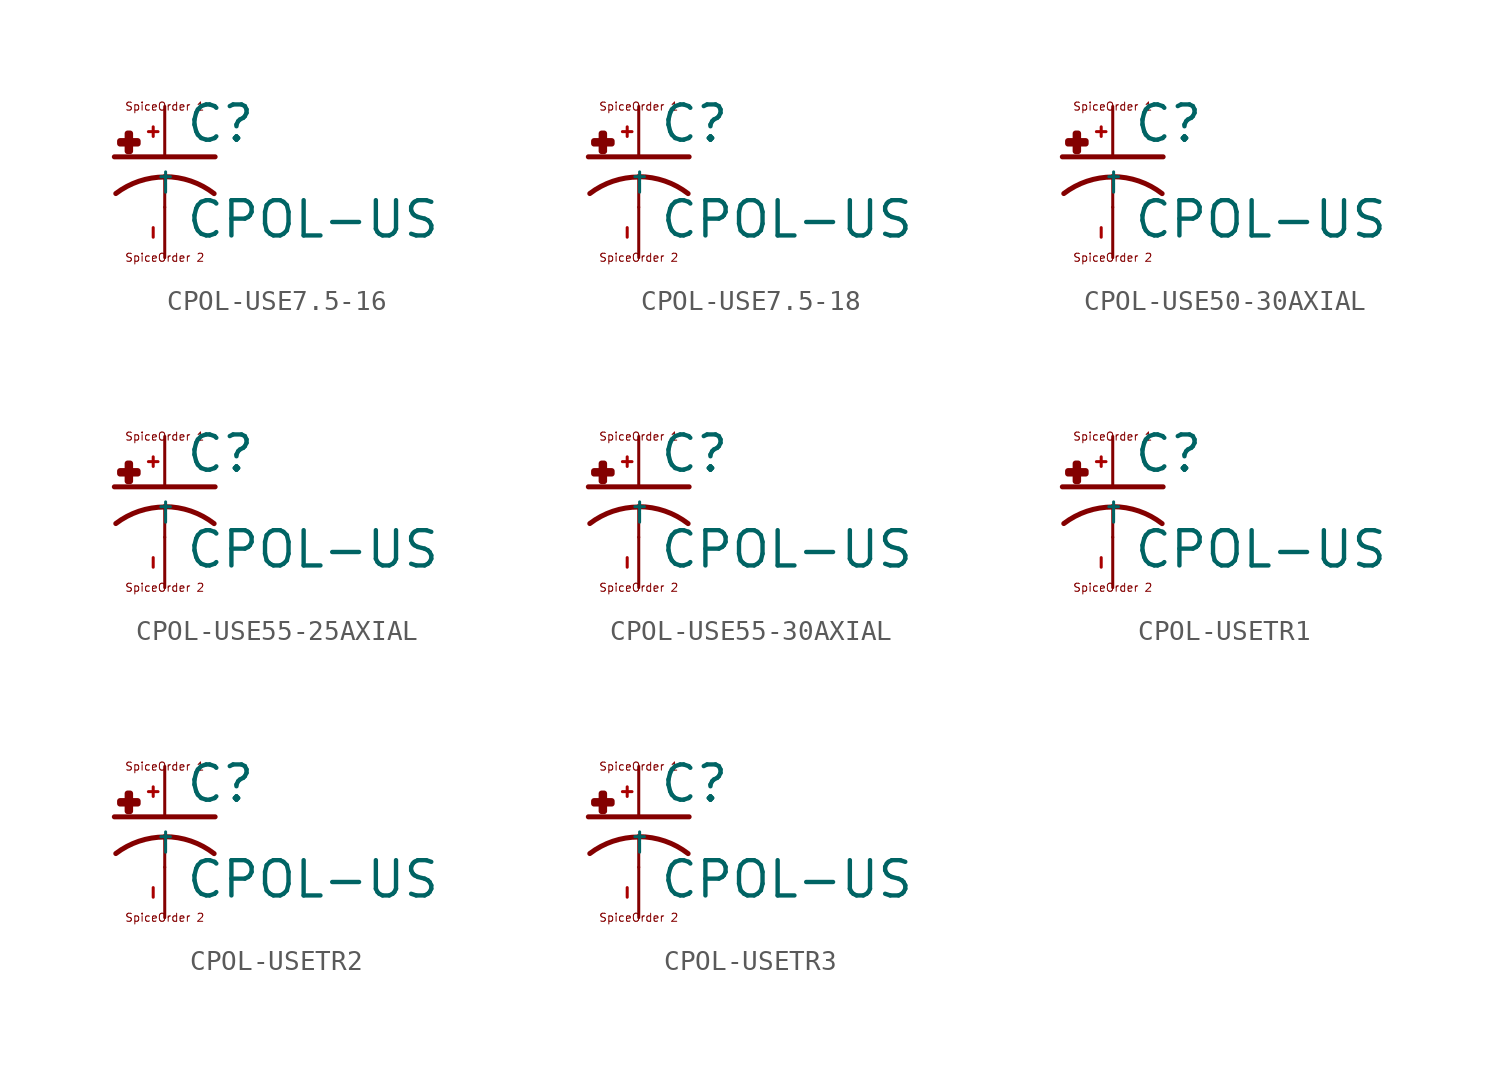
<source format=kicad_sym>
(kicad_symbol_lib
  (version 20220914)
  (generator Eagle2Kicad)
  (symbol "CPOL-USE7.5-16"
    (property "Reference" "C"
      (at 1.016 0.635 0)
      (effects (font (size 1.778 1.778) (thickness 0.22)) (justify left bottom)))
    (property "Value" "CPOL-US"
      (at 1.016 -4.191 0)
      (effects (font (size 1.778 1.778) (thickness 0.22)) (justify left bottom)))
    (polyline
      (pts (xy -2.54 0) (xy 2.54 0))
      (stroke (width 0.254) (type default))
      (fill (type none)))
    (polyline
      (pts (xy 0 -1.016) (xy 0 -2.54))
      (stroke (width 0.152) (type default))
      (fill (type none)))
    (arc
      (start 2.4892 -1.8542)
      (mid 1.316 -1.220)
      (end 0 -1)
      (stroke (width 0.254) (type default))
      (fill (type none)))
    (arc
      (start 0 -1.0161)
      (mid -1.302 -1.230)
      (end -2.4669 -1.8504)
      (stroke (width 0.254) (type default))
      (fill (type none)))
    (text "SpiceOrder 1"
      (at 0 2.54 0)
      (effects (font (size 0.406 0.406) (thickness 0.05))))
    (text "SpiceOrder 2"
      (at 0 -5.08 0)
      (effects (font (size 0.406 0.406) (thickness 0.05))))
    (rectangle
      (start -2.253 0.668)
      (end -1.364 0.795)
      (stroke (width 0.3) (type default))
      (fill (type outline)))
    (rectangle
      (start -1.872 0.287)
      (end -1.745 1.176)
      (stroke (width 0.3) (type default))
      (fill (type outline)))
    (pin passive line
      (at 0 2.54 270)
      (length 2.54)
      (name "+" (effects (font (size 0.635 0.635) (thickness 0.08)) (justify left bottom)))
      (number "+" (effects (font (size 0.635 0.635) (thickness 0.08)) (justify left bottom))))
    (pin passive line
      (at 0 -5.08 90)
      (length 2.54)
      (name "-" (effects (font (size 0.635 0.635) (thickness 0.08)) (justify left bottom)))
      (number "-" (effects (font (size 0.635 0.635) (thickness 0.08)) (justify left bottom)))))
  (symbol "CPOL-USE7.5-18"
    (property "Reference" "C"
      (at 1.016 0.635 0)
      (effects (font (size 1.778 1.778) (thickness 0.22)) (justify left bottom)))
    (property "Value" "CPOL-US"
      (at 1.016 -4.191 0)
      (effects (font (size 1.778 1.778) (thickness 0.22)) (justify left bottom)))
    (polyline
      (pts (xy -2.54 0) (xy 2.54 0))
      (stroke (width 0.254) (type default))
      (fill (type none)))
    (polyline
      (pts (xy 0 -1.016) (xy 0 -2.54))
      (stroke (width 0.152) (type default))
      (fill (type none)))
    (arc
      (start 2.4892 -1.8542)
      (mid 1.316 -1.220)
      (end 0 -1)
      (stroke (width 0.254) (type default))
      (fill (type none)))
    (arc
      (start 0 -1.0161)
      (mid -1.302 -1.230)
      (end -2.4669 -1.8504)
      (stroke (width 0.254) (type default))
      (fill (type none)))
    (text "SpiceOrder 1"
      (at 0 2.54 0)
      (effects (font (size 0.406 0.406) (thickness 0.05))))
    (text "SpiceOrder 2"
      (at 0 -5.08 0)
      (effects (font (size 0.406 0.406) (thickness 0.05))))
    (rectangle
      (start -2.253 0.668)
      (end -1.364 0.795)
      (stroke (width 0.3) (type default))
      (fill (type outline)))
    (rectangle
      (start -1.872 0.287)
      (end -1.745 1.176)
      (stroke (width 0.3) (type default))
      (fill (type outline)))
    (pin passive line
      (at 0 2.54 270)
      (length 2.54)
      (name "+" (effects (font (size 0.635 0.635) (thickness 0.08)) (justify left bottom)))
      (number "+" (effects (font (size 0.635 0.635) (thickness 0.08)) (justify left bottom))))
    (pin passive line
      (at 0 -5.08 90)
      (length 2.54)
      (name "-" (effects (font (size 0.635 0.635) (thickness 0.08)) (justify left bottom)))
      (number "-" (effects (font (size 0.635 0.635) (thickness 0.08)) (justify left bottom)))))
  (symbol "CPOL-USE50-30AXIAL"
    (property "Reference" "C"
      (at 1.016 0.635 0)
      (effects (font (size 1.778 1.778) (thickness 0.22)) (justify left bottom)))
    (property "Value" "CPOL-US"
      (at 1.016 -4.191 0)
      (effects (font (size 1.778 1.778) (thickness 0.22)) (justify left bottom)))
    (polyline
      (pts (xy -2.54 0) (xy 2.54 0))
      (stroke (width 0.254) (type default))
      (fill (type none)))
    (polyline
      (pts (xy 0 -1.016) (xy 0 -2.54))
      (stroke (width 0.152) (type default))
      (fill (type none)))
    (arc
      (start 2.4892 -1.8542)
      (mid 1.316 -1.220)
      (end 0 -1)
      (stroke (width 0.254) (type default))
      (fill (type none)))
    (arc
      (start 0 -1.0161)
      (mid -1.302 -1.230)
      (end -2.4669 -1.8504)
      (stroke (width 0.254) (type default))
      (fill (type none)))
    (text "SpiceOrder 1"
      (at 0 2.54 0)
      (effects (font (size 0.406 0.406) (thickness 0.05))))
    (text "SpiceOrder 2"
      (at 0 -5.08 0)
      (effects (font (size 0.406 0.406) (thickness 0.05))))
    (rectangle
      (start -2.253 0.668)
      (end -1.364 0.795)
      (stroke (width 0.3) (type default))
      (fill (type outline)))
    (rectangle
      (start -1.872 0.287)
      (end -1.745 1.176)
      (stroke (width 0.3) (type default))
      (fill (type outline)))
    (pin passive line
      (at 0 2.54 270)
      (length 2.54)
      (name "+" (effects (font (size 0.635 0.635) (thickness 0.08)) (justify left bottom)))
      (number "+" (effects (font (size 0.635 0.635) (thickness 0.08)) (justify left bottom))))
    (pin passive line
      (at 0 -5.08 90)
      (length 2.54)
      (name "-" (effects (font (size 0.635 0.635) (thickness 0.08)) (justify left bottom)))
      (number "-" (effects (font (size 0.635 0.635) (thickness 0.08)) (justify left bottom)))))
  (symbol "CPOL-USE55-25AXIAL"
    (property "Reference" "C"
      (at 1.016 0.635 0)
      (effects (font (size 1.778 1.778) (thickness 0.22)) (justify left bottom)))
    (property "Value" "CPOL-US"
      (at 1.016 -4.191 0)
      (effects (font (size 1.778 1.778) (thickness 0.22)) (justify left bottom)))
    (polyline
      (pts (xy -2.54 0) (xy 2.54 0))
      (stroke (width 0.254) (type default))
      (fill (type none)))
    (polyline
      (pts (xy 0 -1.016) (xy 0 -2.54))
      (stroke (width 0.152) (type default))
      (fill (type none)))
    (arc
      (start 2.4892 -1.8542)
      (mid 1.316 -1.220)
      (end 0 -1)
      (stroke (width 0.254) (type default))
      (fill (type none)))
    (arc
      (start 0 -1.0161)
      (mid -1.302 -1.230)
      (end -2.4669 -1.8504)
      (stroke (width 0.254) (type default))
      (fill (type none)))
    (text "SpiceOrder 1"
      (at 0 2.54 0)
      (effects (font (size 0.406 0.406) (thickness 0.05))))
    (text "SpiceOrder 2"
      (at 0 -5.08 0)
      (effects (font (size 0.406 0.406) (thickness 0.05))))
    (rectangle
      (start -2.253 0.668)
      (end -1.364 0.795)
      (stroke (width 0.3) (type default))
      (fill (type outline)))
    (rectangle
      (start -1.872 0.287)
      (end -1.745 1.176)
      (stroke (width 0.3) (type default))
      (fill (type outline)))
    (pin passive line
      (at 0 2.54 270)
      (length 2.54)
      (name "+" (effects (font (size 0.635 0.635) (thickness 0.08)) (justify left bottom)))
      (number "+" (effects (font (size 0.635 0.635) (thickness 0.08)) (justify left bottom))))
    (pin passive line
      (at 0 -5.08 90)
      (length 2.54)
      (name "-" (effects (font (size 0.635 0.635) (thickness 0.08)) (justify left bottom)))
      (number "-" (effects (font (size 0.635 0.635) (thickness 0.08)) (justify left bottom)))))
  (symbol "CPOL-USE55-30AXIAL"
    (property "Reference" "C"
      (at 1.016 0.635 0)
      (effects (font (size 1.778 1.778) (thickness 0.22)) (justify left bottom)))
    (property "Value" "CPOL-US"
      (at 1.016 -4.191 0)
      (effects (font (size 1.778 1.778) (thickness 0.22)) (justify left bottom)))
    (polyline
      (pts (xy -2.54 0) (xy 2.54 0))
      (stroke (width 0.254) (type default))
      (fill (type none)))
    (polyline
      (pts (xy 0 -1.016) (xy 0 -2.54))
      (stroke (width 0.152) (type default))
      (fill (type none)))
    (arc
      (start 2.4892 -1.8542)
      (mid 1.316 -1.220)
      (end 0 -1)
      (stroke (width 0.254) (type default))
      (fill (type none)))
    (arc
      (start 0 -1.0161)
      (mid -1.302 -1.230)
      (end -2.4669 -1.8504)
      (stroke (width 0.254) (type default))
      (fill (type none)))
    (text "SpiceOrder 1"
      (at 0 2.54 0)
      (effects (font (size 0.406 0.406) (thickness 0.05))))
    (text "SpiceOrder 2"
      (at 0 -5.08 0)
      (effects (font (size 0.406 0.406) (thickness 0.05))))
    (rectangle
      (start -2.253 0.668)
      (end -1.364 0.795)
      (stroke (width 0.3) (type default))
      (fill (type outline)))
    (rectangle
      (start -1.872 0.287)
      (end -1.745 1.176)
      (stroke (width 0.3) (type default))
      (fill (type outline)))
    (pin passive line
      (at 0 2.54 270)
      (length 2.54)
      (name "+" (effects (font (size 0.635 0.635) (thickness 0.08)) (justify left bottom)))
      (number "+" (effects (font (size 0.635 0.635) (thickness 0.08)) (justify left bottom))))
    (pin passive line
      (at 0 -5.08 90)
      (length 2.54)
      (name "-" (effects (font (size 0.635 0.635) (thickness 0.08)) (justify left bottom)))
      (number "-" (effects (font (size 0.635 0.635) (thickness 0.08)) (justify left bottom)))))
  (symbol "CPOL-USETR1"
    (property "Reference" "C"
      (at 1.016 0.635 0)
      (effects (font (size 1.778 1.778) (thickness 0.22)) (justify left bottom)))
    (property "Value" "CPOL-US"
      (at 1.016 -4.191 0)
      (effects (font (size 1.778 1.778) (thickness 0.22)) (justify left bottom)))
    (polyline
      (pts (xy -2.54 0) (xy 2.54 0))
      (stroke (width 0.254) (type default))
      (fill (type none)))
    (polyline
      (pts (xy 0 -1.016) (xy 0 -2.54))
      (stroke (width 0.152) (type default))
      (fill (type none)))
    (arc
      (start 2.4892 -1.8542)
      (mid 1.316 -1.220)
      (end 0 -1)
      (stroke (width 0.254) (type default))
      (fill (type none)))
    (arc
      (start 0 -1.0161)
      (mid -1.302 -1.230)
      (end -2.4669 -1.8504)
      (stroke (width 0.254) (type default))
      (fill (type none)))
    (text "SpiceOrder 1"
      (at 0 2.54 0)
      (effects (font (size 0.406 0.406) (thickness 0.05))))
    (text "SpiceOrder 2"
      (at 0 -5.08 0)
      (effects (font (size 0.406 0.406) (thickness 0.05))))
    (rectangle
      (start -2.253 0.668)
      (end -1.364 0.795)
      (stroke (width 0.3) (type default))
      (fill (type outline)))
    (rectangle
      (start -1.872 0.287)
      (end -1.745 1.176)
      (stroke (width 0.3) (type default))
      (fill (type outline)))
    (pin passive line
      (at 0 2.54 270)
      (length 2.54)
      (name "+" (effects (font (size 0.635 0.635) (thickness 0.08)) (justify left bottom)))
      (number "+" (effects (font (size 0.635 0.635) (thickness 0.08)) (justify left bottom))))
    (pin passive line
      (at 0 -5.08 90)
      (length 2.54)
      (name "-" (effects (font (size 0.635 0.635) (thickness 0.08)) (justify left bottom)))
      (number "-" (effects (font (size 0.635 0.635) (thickness 0.08)) (justify left bottom)))))
  (symbol "CPOL-USETR2"
    (property "Reference" "C"
      (at 1.016 0.635 0)
      (effects (font (size 1.778 1.778) (thickness 0.22)) (justify left bottom)))
    (property "Value" "CPOL-US"
      (at 1.016 -4.191 0)
      (effects (font (size 1.778 1.778) (thickness 0.22)) (justify left bottom)))
    (polyline
      (pts (xy -2.54 0) (xy 2.54 0))
      (stroke (width 0.254) (type default))
      (fill (type none)))
    (polyline
      (pts (xy 0 -1.016) (xy 0 -2.54))
      (stroke (width 0.152) (type default))
      (fill (type none)))
    (arc
      (start 2.4892 -1.8542)
      (mid 1.316 -1.220)
      (end 0 -1)
      (stroke (width 0.254) (type default))
      (fill (type none)))
    (arc
      (start 0 -1.0161)
      (mid -1.302 -1.230)
      (end -2.4669 -1.8504)
      (stroke (width 0.254) (type default))
      (fill (type none)))
    (text "SpiceOrder 1"
      (at 0 2.54 0)
      (effects (font (size 0.406 0.406) (thickness 0.05))))
    (text "SpiceOrder 2"
      (at 0 -5.08 0)
      (effects (font (size 0.406 0.406) (thickness 0.05))))
    (rectangle
      (start -2.253 0.668)
      (end -1.364 0.795)
      (stroke (width 0.3) (type default))
      (fill (type outline)))
    (rectangle
      (start -1.872 0.287)
      (end -1.745 1.176)
      (stroke (width 0.3) (type default))
      (fill (type outline)))
    (pin passive line
      (at 0 2.54 270)
      (length 2.54)
      (name "+" (effects (font (size 0.635 0.635) (thickness 0.08)) (justify left bottom)))
      (number "+" (effects (font (size 0.635 0.635) (thickness 0.08)) (justify left bottom))))
    (pin passive line
      (at 0 -5.08 90)
      (length 2.54)
      (name "-" (effects (font (size 0.635 0.635) (thickness 0.08)) (justify left bottom)))
      (number "-" (effects (font (size 0.635 0.635) (thickness 0.08)) (justify left bottom)))))
  (symbol "CPOL-USETR3"
    (property "Reference" "C"
      (at 1.016 0.635 0)
      (effects (font (size 1.778 1.778) (thickness 0.22)) (justify left bottom)))
    (property "Value" "CPOL-US"
      (at 1.016 -4.191 0)
      (effects (font (size 1.778 1.778) (thickness 0.22)) (justify left bottom)))
    (polyline
      (pts (xy -2.54 0) (xy 2.54 0))
      (stroke (width 0.254) (type default))
      (fill (type none)))
    (polyline
      (pts (xy 0 -1.016) (xy 0 -2.54))
      (stroke (width 0.152) (type default))
      (fill (type none)))
    (arc
      (start 2.4892 -1.8542)
      (mid 1.316 -1.220)
      (end 0 -1)
      (stroke (width 0.254) (type default))
      (fill (type none)))
    (arc
      (start 0 -1.0161)
      (mid -1.302 -1.230)
      (end -2.4669 -1.8504)
      (stroke (width 0.254) (type default))
      (fill (type none)))
    (text "SpiceOrder 1"
      (at 0 2.54 0)
      (effects (font (size 0.406 0.406) (thickness 0.05))))
    (text "SpiceOrder 2"
      (at 0 -5.08 0)
      (effects (font (size 0.406 0.406) (thickness 0.05))))
    (rectangle
      (start -2.253 0.668)
      (end -1.364 0.795)
      (stroke (width 0.3) (type default))
      (fill (type outline)))
    (rectangle
      (start -1.872 0.287)
      (end -1.745 1.176)
      (stroke (width 0.3) (type default))
      (fill (type outline)))
    (pin passive line
      (at 0 2.54 270)
      (length 2.54)
      (name "+" (effects (font (size 0.635 0.635) (thickness 0.08)) (justify left bottom)))
      (number "+" (effects (font (size 0.635 0.635) (thickness 0.08)) (justify left bottom))))
    (pin passive line
      (at 0 -5.08 90)
      (length 2.54)
      (name "-" (effects (font (size 0.635 0.635) (thickness 0.08)) (justify left bottom)))
      (number "-" (effects (font (size 0.635 0.635) (thickness 0.08)) (justify left bottom))))))
</source>
